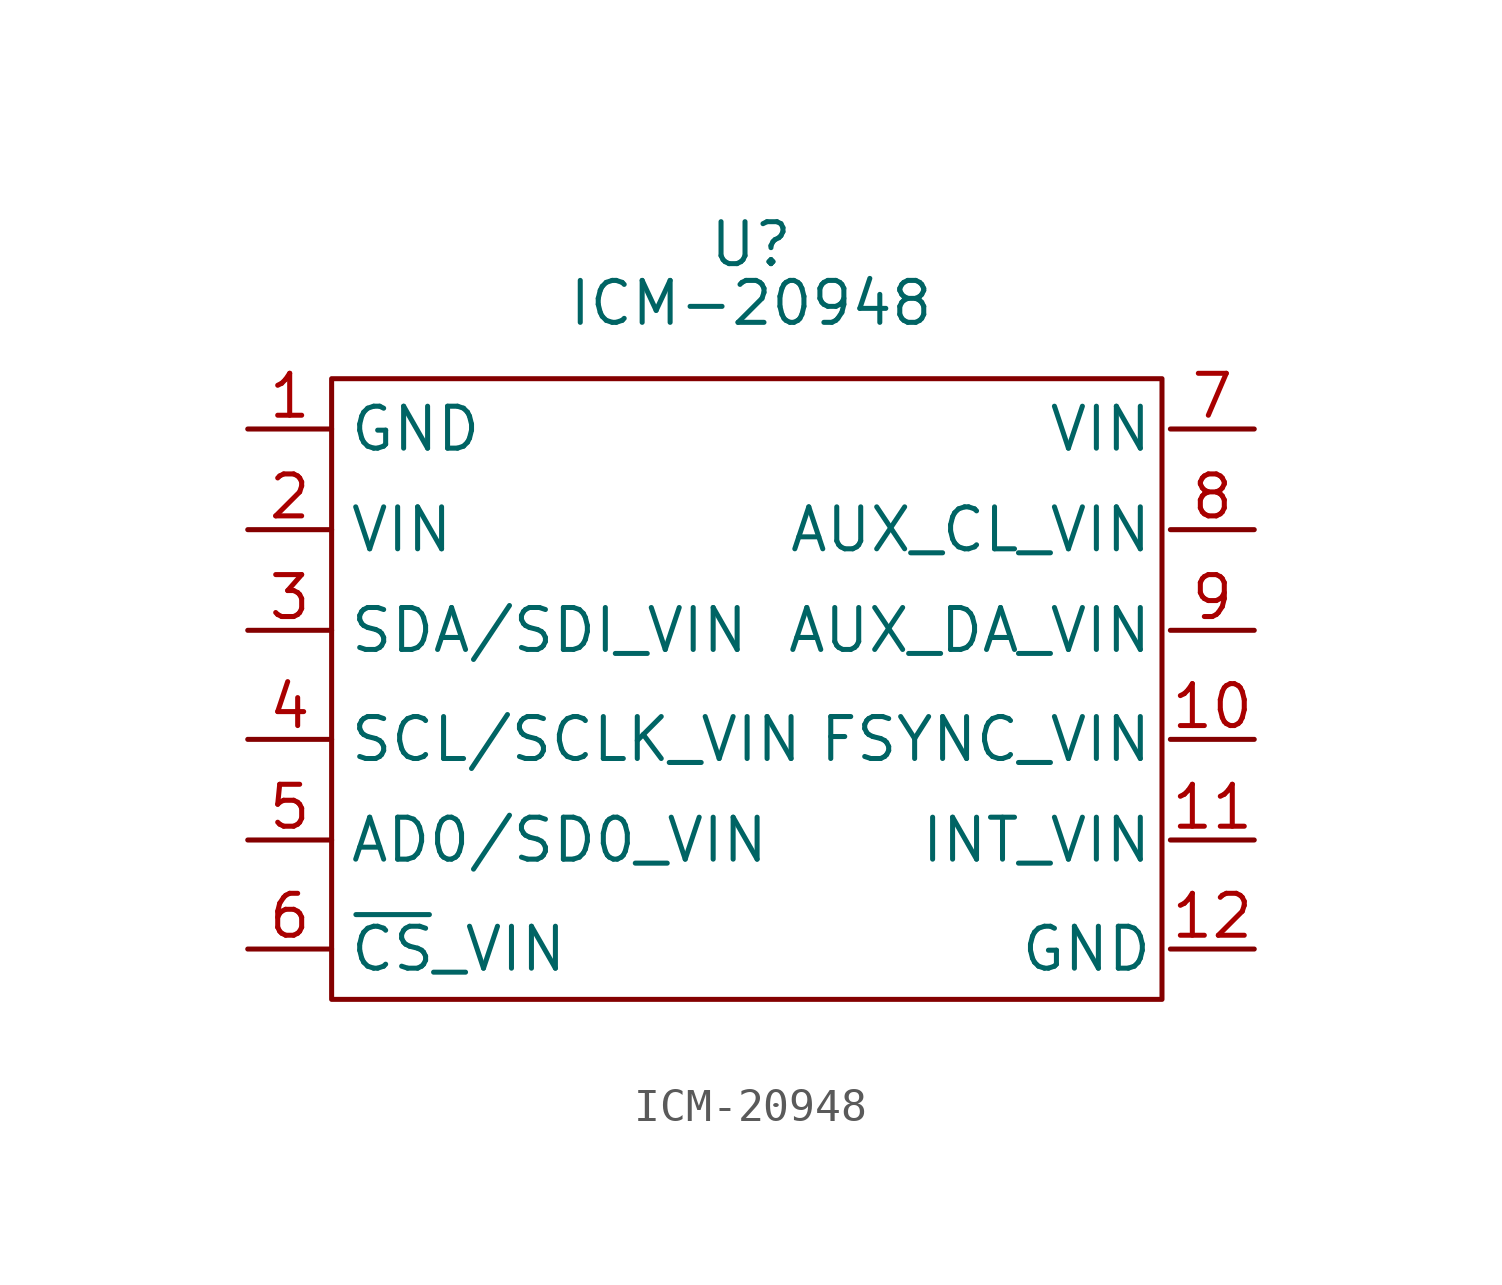
<source format=kicad_sym>
(kicad_symbol_lib
  (version 20211014)
  (generator kicad_symbol_editor)
  (symbol "ICM-20948"
    (property "Reference" "U"
      (at 0 13.462 0)
      (effects (font (size 1.27 1.27))))
    (property "Value" "ICM-20948"
      (at 0 11.684 0)
      (effects (font (size 1.27 1.27))))
    (symbol "ICM-20948_0_1"
      (rectangle (start -12.7 9.398) (end 12.446 -9.398) (stroke (width 0) (type default) (color 0 0 0 0)) (fill (type none))))
    (symbol "ICM-20948_1_1"
      (pin power_in line (at -15.24 7.874 0) (length 2.54) (name "GND" (effects (font (size 1.27 1.27)))) (number "1" (effects (font (size 1.27 1.27)))))
      (pin output line (at 15.24 -1.524 180) (length 2.54) (name "FSYNC_VIN" (effects (font (size 1.27 1.27)))) (number "10" (effects (font (size 1.27 1.27)))))
      (pin output line (at 15.24 -4.572 180) (length 2.54) (name "INT_VIN" (effects (font (size 1.27 1.27)))) (number "11" (effects (font (size 1.27 1.27)))))
      (pin power_in line (at 15.24 -7.874 180) (length 2.54) (name "GND" (effects (font (size 1.27 1.27)))) (number "12" (effects (font (size 1.27 1.27)))))
      (pin power_in line (at -15.24 4.826 0) (length 2.54) (name "VIN" (effects (font (size 1.27 1.27)))) (number "2" (effects (font (size 1.27 1.27)))))
      (pin input line (at -15.24 1.778 0) (length 2.54) (name "SDA/SDI_VIN" (effects (font (size 1.27 1.27)))) (number "3" (effects (font (size 1.27 1.27)))))
      (pin input line (at -15.24 -1.524 0) (length 2.54) (name "SCL/SCLK_VIN" (effects (font (size 1.27 1.27)))) (number "4" (effects (font (size 1.27 1.27)))))
      (pin input line (at -15.24 -4.572 0) (length 2.54) (name "AD0/SD0_VIN" (effects (font (size 1.27 1.27)))) (number "5" (effects (font (size 1.27 1.27)))))
      (pin input line (at -15.24 -7.874 0) (length 2.54) (name "~{CS}_VIN" (effects (font (size 1.27 1.27)))) (number "6" (effects (font (size 1.27 1.27)))))
      (pin power_in line (at 15.24 7.874 180) (length 2.54) (name "VIN" (effects (font (size 1.27 1.27)))) (number "7" (effects (font (size 1.27 1.27)))))
      (pin power_in line (at 15.24 4.826 180) (length 2.54) (name "AUX_CL_VIN" (effects (font (size 1.27 1.27)))) (number "8" (effects (font (size 1.27 1.27)))))
      (pin output line (at 15.24 1.778 180) (length 2.54) (name "AUX_DA_VIN" (effects (font (size 1.27 1.27)))) (number "9" (effects (font (size 1.27 1.27))))))))
</source>
